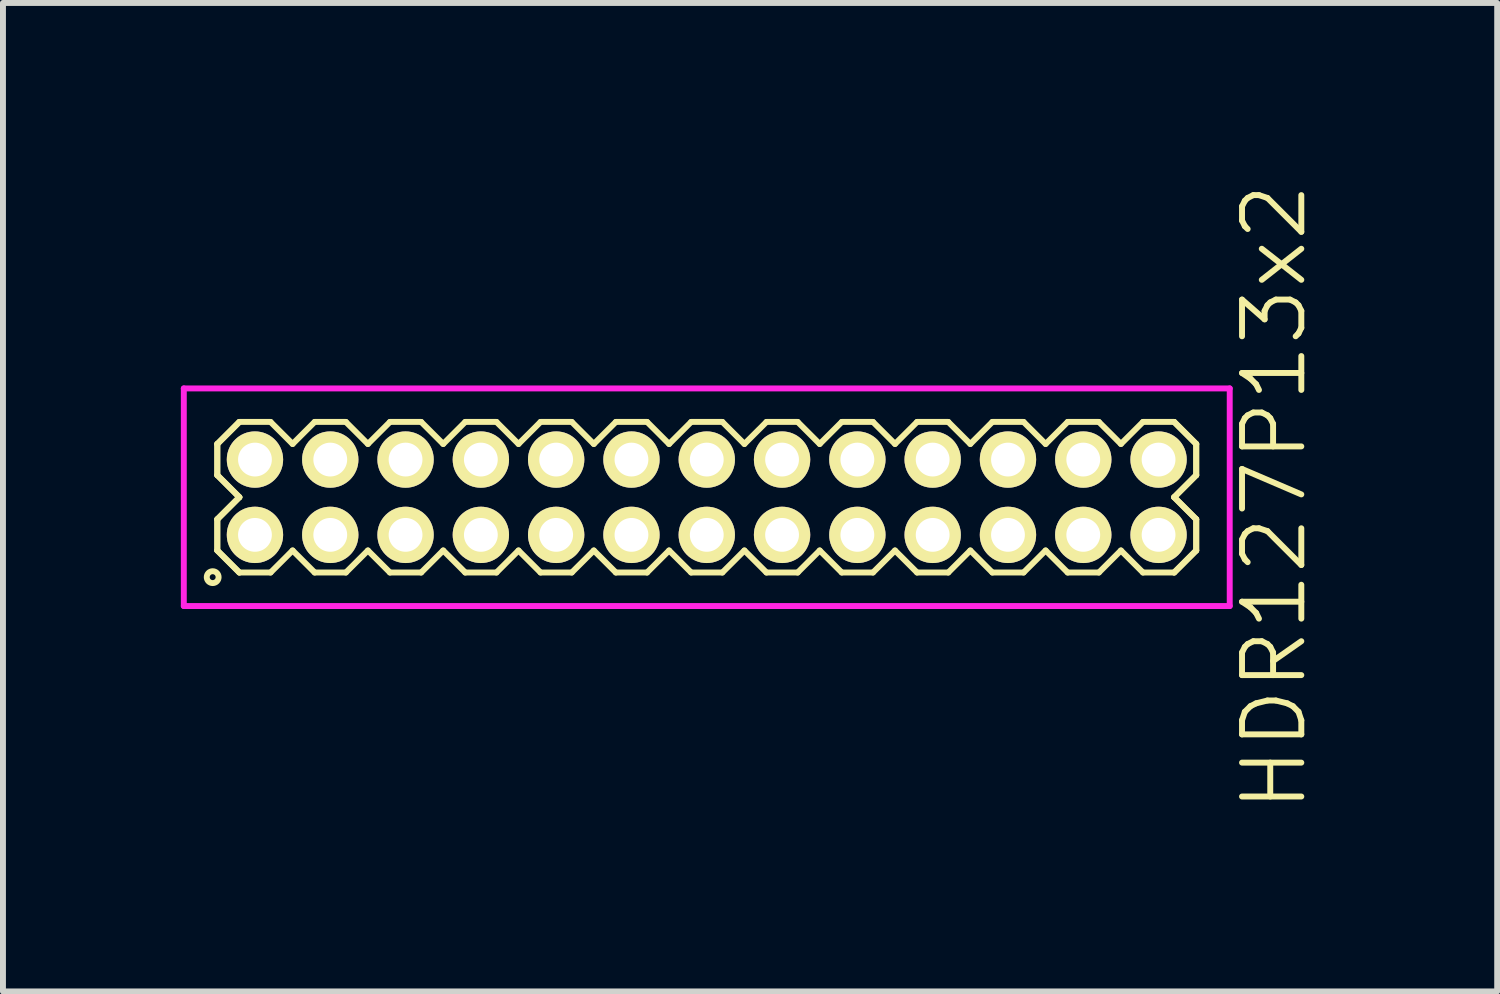
<source format=kicad_pcb>
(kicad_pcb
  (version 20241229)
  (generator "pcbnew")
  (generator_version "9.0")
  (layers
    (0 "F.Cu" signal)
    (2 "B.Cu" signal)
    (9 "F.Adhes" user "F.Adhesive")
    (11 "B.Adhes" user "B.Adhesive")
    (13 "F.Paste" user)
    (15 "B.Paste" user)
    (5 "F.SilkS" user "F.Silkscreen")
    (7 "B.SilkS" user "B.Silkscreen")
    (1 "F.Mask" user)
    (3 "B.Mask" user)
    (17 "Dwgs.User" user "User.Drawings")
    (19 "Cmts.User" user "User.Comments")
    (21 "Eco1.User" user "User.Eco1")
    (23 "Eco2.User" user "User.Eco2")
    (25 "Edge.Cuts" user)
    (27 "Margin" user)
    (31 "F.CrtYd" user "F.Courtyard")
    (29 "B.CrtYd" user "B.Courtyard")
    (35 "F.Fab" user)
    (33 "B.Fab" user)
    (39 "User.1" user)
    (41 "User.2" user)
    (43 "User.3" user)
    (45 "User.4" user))
  (footprint "HDR127P13x2"
    (layer "F.Cu")
    (at 8.87 5.336)
    (property "Reference" "HDR127P13x2" (at 9.57 0 90) (layer "F.SilkS") (effects (font (size 1 1) (thickness 0.1))))
    (attr through_hole)
    (fp_line (start -8.255 -0.898) (end -7.883 -1.27) (stroke (width 0.1) (type solid)) (layer "F.SilkS"))
    (fp_line (start -8.255 -0.898) (end -7.883 -1.27) (stroke (width 0.1) (type solid)) (layer "F.SilkS"))
    (fp_line (start -8.255 -0.372) (end -8.255 -0.898) (stroke (width 0.1) (type solid)) (layer "F.SilkS"))
    (fp_line (start -8.255 -0.372) (end -8.255 -0.898) (stroke (width 0.1) (type solid)) (layer "F.SilkS"))
    (fp_line (start -8.255 0.372) (end -7.883 0) (stroke (width 0.1) (type solid)) (layer "F.SilkS"))
    (fp_line (start -8.255 0.372) (end -7.883 0) (stroke (width 0.1) (type solid)) (layer "F.SilkS"))
    (fp_line (start -8.255 0.898) (end -8.255 0.372) (stroke (width 0.1) (type solid)) (layer "F.SilkS"))
    (fp_line (start -8.255 0.898) (end -8.255 0.372) (stroke (width 0.1) (type solid)) (layer "F.SilkS"))
    (fp_line (start -7.883 -1.27) (end -7.357 -1.27) (stroke (width 0.1) (type solid)) (layer "F.SilkS"))
    (fp_line (start -7.883 0) (end -8.255 -0.372) (stroke (width 0.1) (type solid)) (layer "F.SilkS"))
    (fp_line (start -7.883 0) (end -8.255 -0.372) (stroke (width 0.1) (type solid)) (layer "F.SilkS"))
    (fp_line (start -7.883 1.27) (end -8.255 0.898) (stroke (width 0.1) (type solid)) (layer "F.SilkS"))
    (fp_line (start -7.883 1.27) (end -8.255 0.898) (stroke (width 0.1) (type solid)) (layer "F.SilkS"))
    (fp_line (start -7.357 -1.27) (end -6.985 -0.898) (stroke (width 0.1) (type solid)) (layer "F.SilkS"))
    (fp_line (start -7.357 1.27) (end -7.883 1.27) (stroke (width 0.1) (type solid)) (layer "F.SilkS"))
    (fp_line (start -6.985 -0.898) (end -6.613 -1.27) (stroke (width 0.1) (type solid)) (layer "F.SilkS"))
    (fp_line (start -6.985 0.898) (end -7.357 1.27) (stroke (width 0.1) (type solid)) (layer "F.SilkS"))
    (fp_line (start -6.613 -1.27) (end -6.087 -1.27) (stroke (width 0.1) (type solid)) (layer "F.SilkS"))
    (fp_line (start -6.613 1.27) (end -6.985 0.898) (stroke (width 0.1) (type solid)) (layer "F.SilkS"))
    (fp_line (start -6.087 -1.27) (end -5.715 -0.898) (stroke (width 0.1) (type solid)) (layer "F.SilkS"))
    (fp_line (start -6.087 1.27) (end -6.613 1.27) (stroke (width 0.1) (type solid)) (layer "F.SilkS"))
    (fp_line (start -5.715 -0.898) (end -5.343 -1.27) (stroke (width 0.1) (type solid)) (layer "F.SilkS"))
    (fp_line (start -5.715 0.898) (end -6.087 1.27) (stroke (width 0.1) (type solid)) (layer "F.SilkS"))
    (fp_line (start -5.343 -1.27) (end -4.817 -1.27) (stroke (width 0.1) (type solid)) (layer "F.SilkS"))
    (fp_line (start -5.343 1.27) (end -5.715 0.898) (stroke (width 0.1) (type solid)) (layer "F.SilkS"))
    (fp_line (start -4.817 -1.27) (end -4.445 -0.898) (stroke (width 0.1) (type solid)) (layer "F.SilkS"))
    (fp_line (start -4.817 1.27) (end -5.343 1.27) (stroke (width 0.1) (type solid)) (layer "F.SilkS"))
    (fp_line (start -4.445 -0.898) (end -4.073 -1.27) (stroke (width 0.1) (type solid)) (layer "F.SilkS"))
    (fp_line (start -4.445 0.898) (end -4.817 1.27) (stroke (width 0.1) (type solid)) (layer "F.SilkS"))
    (fp_line (start -4.073 -1.27) (end -3.547 -1.27) (stroke (width 0.1) (type solid)) (layer "F.SilkS"))
    (fp_line (start -4.073 1.27) (end -4.445 0.898) (stroke (width 0.1) (type solid)) (layer "F.SilkS"))
    (fp_line (start -3.547 -1.27) (end -3.175 -0.898) (stroke (width 0.1) (type solid)) (layer "F.SilkS"))
    (fp_line (start -3.547 1.27) (end -4.073 1.27) (stroke (width 0.1) (type solid)) (layer "F.SilkS"))
    (fp_line (start -3.175 -0.898) (end -2.803 -1.27) (stroke (width 0.1) (type solid)) (layer "F.SilkS"))
    (fp_line (start -3.175 0.898) (end -3.547 1.27) (stroke (width 0.1) (type solid)) (layer "F.SilkS"))
    (fp_line (start -2.803 -1.27) (end -2.277 -1.27) (stroke (width 0.1) (type solid)) (layer "F.SilkS"))
    (fp_line (start -2.803 1.27) (end -3.175 0.898) (stroke (width 0.1) (type solid)) (layer "F.SilkS"))
    (fp_line (start -2.277 -1.27) (end -1.905 -0.898) (stroke (width 0.1) (type solid)) (layer "F.SilkS"))
    (fp_line (start -2.277 1.27) (end -2.803 1.27) (stroke (width 0.1) (type solid)) (layer "F.SilkS"))
    (fp_line (start -1.905 -0.898) (end -1.533 -1.27) (stroke (width 0.1) (type solid)) (layer "F.SilkS"))
    (fp_line (start -1.905 0.898) (end -2.277 1.27) (stroke (width 0.1) (type solid)) (layer "F.SilkS"))
    (fp_line (start -1.533 -1.27) (end -1.007 -1.27) (stroke (width 0.1) (type solid)) (layer "F.SilkS"))
    (fp_line (start -1.533 1.27) (end -1.905 0.898) (stroke (width 0.1) (type solid)) (layer "F.SilkS"))
    (fp_line (start -1.007 -1.27) (end -0.635 -0.898) (stroke (width 0.1) (type solid)) (layer "F.SilkS"))
    (fp_line (start -1.007 1.27) (end -1.533 1.27) (stroke (width 0.1) (type solid)) (layer "F.SilkS"))
    (fp_line (start -0.635 -0.898) (end -0.263 -1.27) (stroke (width 0.1) (type solid)) (layer "F.SilkS"))
    (fp_line (start -0.635 0.898) (end -1.007 1.27) (stroke (width 0.1) (type solid)) (layer "F.SilkS"))
    (fp_line (start -0.263 -1.27) (end 0.263 -1.27) (stroke (width 0.1) (type solid)) (layer "F.SilkS"))
    (fp_line (start -0.263 1.27) (end -0.635 0.898) (stroke (width 0.1) (type solid)) (layer "F.SilkS"))
    (fp_line (start 0.263 -1.27) (end 0.635 -0.898) (stroke (width 0.1) (type solid)) (layer "F.SilkS"))
    (fp_line (start 0.263 1.27) (end -0.263 1.27) (stroke (width 0.1) (type solid)) (layer "F.SilkS"))
    (fp_line (start 0.635 -0.898) (end 1.007 -1.27) (stroke (width 0.1) (type solid)) (layer "F.SilkS"))
    (fp_line (start 0.635 0.898) (end 0.263 1.27) (stroke (width 0.1) (type solid)) (layer "F.SilkS"))
    (fp_line (start 1.007 -1.27) (end 1.533 -1.27) (stroke (width 0.1) (type solid)) (layer "F.SilkS"))
    (fp_line (start 1.007 1.27) (end 0.635 0.898) (stroke (width 0.1) (type solid)) (layer "F.SilkS"))
    (fp_line (start 1.533 -1.27) (end 1.905 -0.898) (stroke (width 0.1) (type solid)) (layer "F.SilkS"))
    (fp_line (start 1.533 1.27) (end 1.007 1.27) (stroke (width 0.1) (type solid)) (layer "F.SilkS"))
    (fp_line (start 1.905 -0.898) (end 2.277 -1.27) (stroke (width 0.1) (type solid)) (layer "F.SilkS"))
    (fp_line (start 1.905 0.898) (end 1.533 1.27) (stroke (width 0.1) (type solid)) (layer "F.SilkS"))
    (fp_line (start 2.277 -1.27) (end 2.803 -1.27) (stroke (width 0.1) (type solid)) (layer "F.SilkS"))
    (fp_line (start 2.277 1.27) (end 1.905 0.898) (stroke (width 0.1) (type solid)) (layer "F.SilkS"))
    (fp_line (start 2.803 -1.27) (end 3.175 -0.898) (stroke (width 0.1) (type solid)) (layer "F.SilkS"))
    (fp_line (start 2.803 1.27) (end 2.277 1.27) (stroke (width 0.1) (type solid)) (layer "F.SilkS"))
    (fp_line (start 3.175 -0.898) (end 3.547 -1.27) (stroke (width 0.1) (type solid)) (layer "F.SilkS"))
    (fp_line (start 3.175 0.898) (end 2.803 1.27) (stroke (width 0.1) (type solid)) (layer "F.SilkS"))
    (fp_line (start 3.547 -1.27) (end 4.073 -1.27) (stroke (width 0.1) (type solid)) (layer "F.SilkS"))
    (fp_line (start 3.547 1.27) (end 3.175 0.898) (stroke (width 0.1) (type solid)) (layer "F.SilkS"))
    (fp_line (start 4.073 -1.27) (end 4.445 -0.898) (stroke (width 0.1) (type solid)) (layer "F.SilkS"))
    (fp_line (start 4.073 1.27) (end 3.547 1.27) (stroke (width 0.1) (type solid)) (layer "F.SilkS"))
    (fp_line (start 4.445 -0.898) (end 4.817 -1.27) (stroke (width 0.1) (type solid)) (layer "F.SilkS"))
    (fp_line (start 4.445 0.898) (end 4.073 1.27) (stroke (width 0.1) (type solid)) (layer "F.SilkS"))
    (fp_line (start 4.817 -1.27) (end 5.343 -1.27) (stroke (width 0.1) (type solid)) (layer "F.SilkS"))
    (fp_line (start 4.817 1.27) (end 4.445 0.898) (stroke (width 0.1) (type solid)) (layer "F.SilkS"))
    (fp_line (start 5.343 -1.27) (end 5.715 -0.898) (stroke (width 0.1) (type solid)) (layer "F.SilkS"))
    (fp_line (start 5.343 1.27) (end 4.817 1.27) (stroke (width 0.1) (type solid)) (layer "F.SilkS"))
    (fp_line (start 5.715 -0.898) (end 6.087 -1.27) (stroke (width 0.1) (type solid)) (layer "F.SilkS"))
    (fp_line (start 5.715 0.898) (end 5.343 1.27) (stroke (width 0.1) (type solid)) (layer "F.SilkS"))
    (fp_line (start 6.087 -1.27) (end 6.613 -1.27) (stroke (width 0.1) (type solid)) (layer "F.SilkS"))
    (fp_line (start 6.087 1.27) (end 5.715 0.898) (stroke (width 0.1) (type solid)) (layer "F.SilkS"))
    (fp_line (start 6.613 -1.27) (end 6.985 -0.898) (stroke (width 0.1) (type solid)) (layer "F.SilkS"))
    (fp_line (start 6.613 1.27) (end 6.087 1.27) (stroke (width 0.1) (type solid)) (layer "F.SilkS"))
    (fp_line (start 6.985 -0.898) (end 7.357 -1.27) (stroke (width 0.1) (type solid)) (layer "F.SilkS"))
    (fp_line (start 6.985 0.898) (end 6.613 1.27) (stroke (width 0.1) (type solid)) (layer "F.SilkS"))
    (fp_line (start 7.357 -1.27) (end 7.883 -1.27) (stroke (width 0.1) (type solid)) (layer "F.SilkS"))
    (fp_line (start 7.357 1.27) (end 6.985 0.898) (stroke (width 0.1) (type solid)) (layer "F.SilkS"))
    (fp_line (start 7.883 -1.27) (end 8.255 -0.898) (stroke (width 0.1) (type solid)) (layer "F.SilkS"))
    (fp_line (start 7.883 -1.27) (end 8.255 -0.898) (stroke (width 0.1) (type solid)) (layer "F.SilkS"))
    (fp_line (start 7.883 0) (end 8.255 0.372) (stroke (width 0.1) (type solid)) (layer "F.SilkS"))
    (fp_line (start 7.883 0) (end 8.255 0.372) (stroke (width 0.1) (type solid)) (layer "F.SilkS"))
    (fp_line (start 7.883 1.27) (end 7.357 1.27) (stroke (width 0.1) (type solid)) (layer "F.SilkS"))
    (fp_line (start 8.255 -0.898) (end 8.255 -0.372) (stroke (width 0.1) (type solid)) (layer "F.SilkS"))
    (fp_line (start 8.255 -0.898) (end 8.255 -0.372) (stroke (width 0.1) (type solid)) (layer "F.SilkS"))
    (fp_line (start 8.255 -0.372) (end 7.883 0) (stroke (width 0.1) (type solid)) (layer "F.SilkS"))
    (fp_line (start 8.255 -0.372) (end 7.883 0) (stroke (width 0.1) (type solid)) (layer "F.SilkS"))
    (fp_line (start 8.255 0.372) (end 8.255 0.898) (stroke (width 0.1) (type solid)) (layer "F.SilkS"))
    (fp_line (start 8.255 0.372) (end 8.255 0.898) (stroke (width 0.1) (type solid)) (layer "F.SilkS"))
    (fp_line (start 8.255 0.898) (end 7.883 1.27) (stroke (width 0.1) (type solid)) (layer "F.SilkS"))
    (fp_line (start 8.255 0.898) (end 7.883 1.27) (stroke (width 0.1) (type solid)) (layer "F.SilkS"))
    (fp_circle (center -8.333 1.348) (end -8.233 1.348) (stroke (width 0.1) (type solid)) (fill no) (layer "F.SilkS"))
    (fp_line (start -8.82 -1.835) (end -8.82 1.835) (stroke (width 0.1) (type solid)) (layer "F.CrtYd"))
    (fp_line (start -8.82 1.835) (end 8.82 1.835) (stroke (width 0.1) (type solid)) (layer "F.CrtYd"))
    (fp_line (start 8.82 -1.835) (end -8.82 -1.835) (stroke (width 0.1) (type solid)) (layer "F.CrtYd"))
    (fp_line (start 8.82 1.835) (end 8.82 -1.835) (stroke (width 0.1) (type solid)) (layer "F.CrtYd"))
    (pad "1" thru_hole oval (at -7.62 0.635) (size 0.95 0.95) (drill 0.57) (layers "*.Cu" "*.Mask" "F.SilkS"))
    (pad "2" thru_hole oval (at -7.62 -0.635) (size 0.95 0.95) (drill 0.57) (layers "*.Cu" "*.Mask" "F.SilkS"))
    (pad "3" thru_hole oval (at -6.35 0.635) (size 0.95 0.95) (drill 0.57) (layers "*.Cu" "*.Mask" "F.SilkS"))
    (pad "4" thru_hole oval (at -6.35 -0.635) (size 0.95 0.95) (drill 0.57) (layers "*.Cu" "*.Mask" "F.SilkS"))
    (pad "5" thru_hole oval (at -5.08 0.635) (size 0.95 0.95) (drill 0.57) (layers "*.Cu" "*.Mask" "F.SilkS"))
    (pad "6" thru_hole oval (at -5.08 -0.635) (size 0.95 0.95) (drill 0.57) (layers "*.Cu" "*.Mask" "F.SilkS"))
    (pad "7" thru_hole oval (at -3.81 0.635) (size 0.95 0.95) (drill 0.57) (layers "*.Cu" "*.Mask" "F.SilkS"))
    (pad "8" thru_hole oval (at -3.81 -0.635) (size 0.95 0.95) (drill 0.57) (layers "*.Cu" "*.Mask" "F.SilkS"))
    (pad "9" thru_hole oval (at -2.54 0.635) (size 0.95 0.95) (drill 0.57) (layers "*.Cu" "*.Mask" "F.SilkS"))
    (pad "10" thru_hole oval (at -2.54 -0.635) (size 0.95 0.95) (drill 0.57) (layers "*.Cu" "*.Mask" "F.SilkS"))
    (pad "11" thru_hole oval (at -1.27 0.635) (size 0.95 0.95) (drill 0.57) (layers "*.Cu" "*.Mask" "F.SilkS"))
    (pad "12" thru_hole oval (at -1.27 -0.635) (size 0.95 0.95) (drill 0.57) (layers "*.Cu" "*.Mask" "F.SilkS"))
    (pad "13" thru_hole oval (at 0 0.635) (size 0.95 0.95) (drill 0.57) (layers "*.Cu" "*.Mask" "F.SilkS"))
    (pad "14" thru_hole oval (at 0 -0.635) (size 0.95 0.95) (drill 0.57) (layers "*.Cu" "*.Mask" "F.SilkS"))
    (pad "15" thru_hole oval (at 1.27 0.635) (size 0.95 0.95) (drill 0.57) (layers "*.Cu" "*.Mask" "F.SilkS"))
    (pad "16" thru_hole oval (at 1.27 -0.635) (size 0.95 0.95) (drill 0.57) (layers "*.Cu" "*.Mask" "F.SilkS"))
    (pad "17" thru_hole oval (at 2.54 0.635) (size 0.95 0.95) (drill 0.57) (layers "*.Cu" "*.Mask" "F.SilkS"))
    (pad "18" thru_hole oval (at 2.54 -0.635) (size 0.95 0.95) (drill 0.57) (layers "*.Cu" "*.Mask" "F.SilkS"))
    (pad "19" thru_hole oval (at 3.81 0.635) (size 0.95 0.95) (drill 0.57) (layers "*.Cu" "*.Mask" "F.SilkS"))
    (pad "20" thru_hole oval (at 3.81 -0.635) (size 0.95 0.95) (drill 0.57) (layers "*.Cu" "*.Mask" "F.SilkS"))
    (pad "21" thru_hole oval (at 5.08 0.635) (size 0.95 0.95) (drill 0.57) (layers "*.Cu" "*.Mask" "F.SilkS"))
    (pad "22" thru_hole oval (at 5.08 -0.635) (size 0.95 0.95) (drill 0.57) (layers "*.Cu" "*.Mask" "F.SilkS"))
    (pad "23" thru_hole oval (at 6.35 0.635) (size 0.95 0.95) (drill 0.57) (layers "*.Cu" "*.Mask" "F.SilkS"))
    (pad "24" thru_hole oval (at 6.35 -0.635) (size 0.95 0.95) (drill 0.57) (layers "*.Cu" "*.Mask" "F.SilkS"))
    (pad "25" thru_hole oval (at 7.62 0.635) (size 0.95 0.95) (drill 0.57) (layers "*.Cu" "*.Mask" "F.SilkS"))
    (pad "26" thru_hole oval (at 7.62 -0.635) (size 0.95 0.95) (drill 0.57) (layers "*.Cu" "*.Mask" "F.SilkS")))
  (gr_rect
    (start -3 -3)
    (end 22.201 13.671)
    (stroke (width 0.1) (type default))
    (fill no)
    (layer "Edge.Cuts")))
</source>
